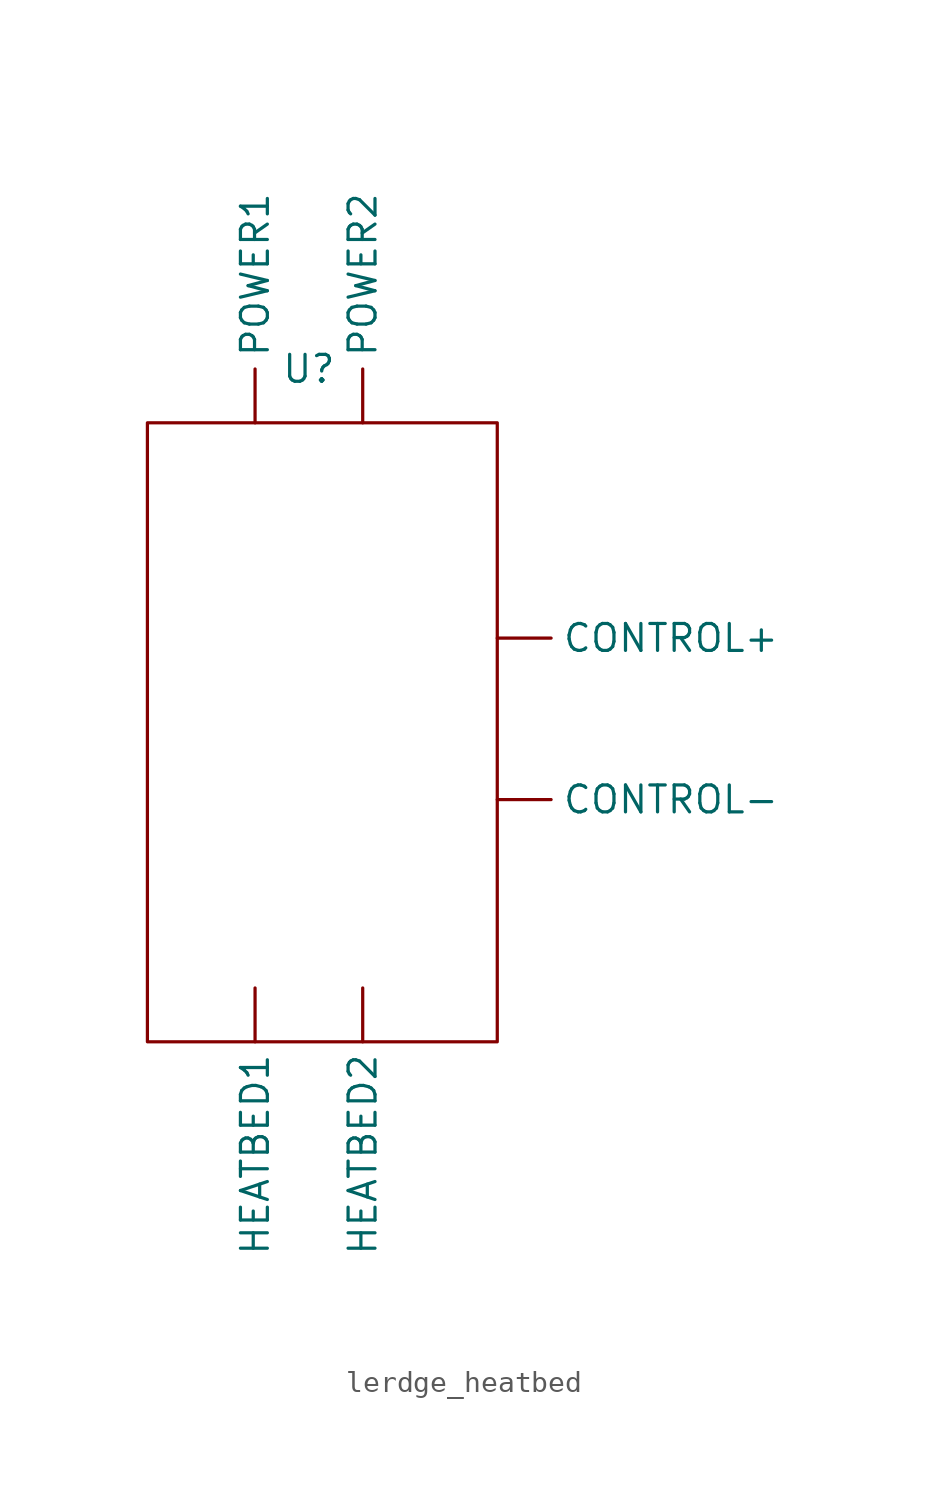
<source format=kicad_sym>
(kicad_symbol_lib
  (version 20241209)
  (generator "kicad_symbol_editor")
  (generator_version "9.0")
  (symbol "lerdge_heatbed"
    (property "Reference" "U"
      (at 0 0 0)
      (effects (font (size 1.27 1.27))))
    (property "Value" ""
      (at 0 0 0)
      (effects (font (size 1.27 1.27))))
    (symbol "lerdge_heatbed_0_1"
      (rectangle (start -7.62 -2.54) (end 8.89 -31.75) (stroke (width 0) (type default)) (fill (type none))))
    (symbol "lerdge_heatbed_1_1"
      (pin power_in line (at -2.54 -2.54 90) (length 2.54) (name "POWER1" (effects (font (size 1.27 1.27)))) (number "" (effects (font (size 1.27 1.27)))))
      (pin power_out line (at -2.54 -29.21 270) (length 2.54) (name "HEATBED1" (effects (font (size 1.27 1.27)))) (number "" (effects (font (size 1.27 1.27)))))
      (pin power_in line (at 2.54 -2.54 90) (length 2.54) (name "POWER2" (effects (font (size 1.27 1.27)))) (number "" (effects (font (size 1.27 1.27)))))
      (pin power_out line (at 2.54 -29.21 270) (length 2.54) (name "HEATBED2" (effects (font (size 1.27 1.27)))) (number "" (effects (font (size 1.27 1.27)))))
      (pin input line (at 8.89 -12.7 0) (length 2.54) (name "CONTROL+" (effects (font (size 1.27 1.27)))) (number "" (effects (font (size 1.27 1.27)))))
      (pin input line (at 8.89 -20.32 0) (length 2.54) (name "CONTROL-" (effects (font (size 1.27 1.27)))) (number "" (effects (font (size 1.27 1.27))))))))
</source>
